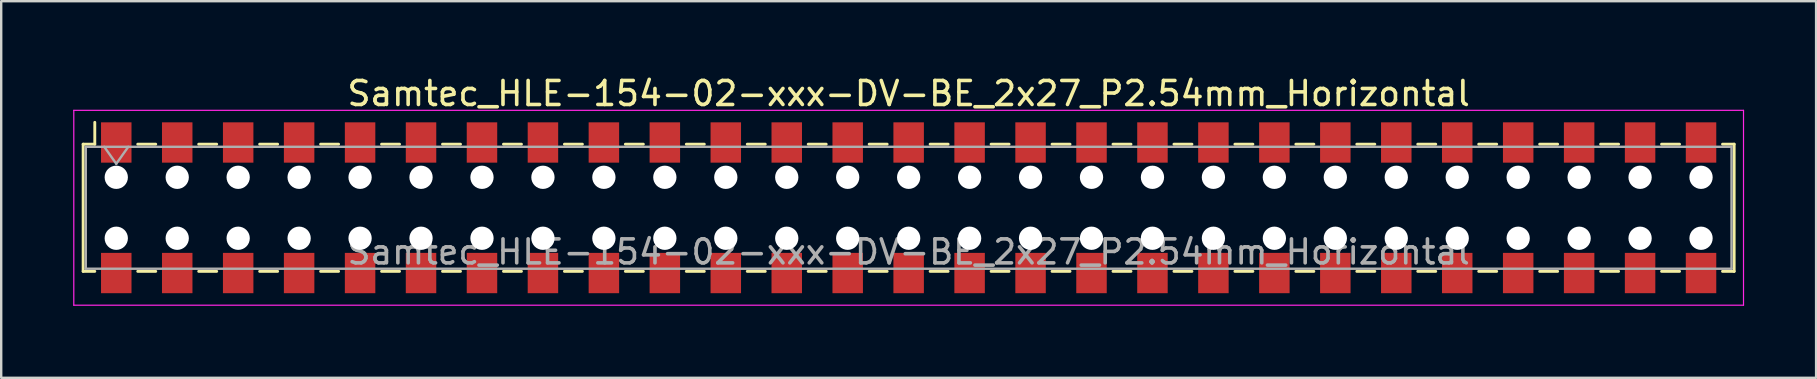
<source format=kicad_pcb>
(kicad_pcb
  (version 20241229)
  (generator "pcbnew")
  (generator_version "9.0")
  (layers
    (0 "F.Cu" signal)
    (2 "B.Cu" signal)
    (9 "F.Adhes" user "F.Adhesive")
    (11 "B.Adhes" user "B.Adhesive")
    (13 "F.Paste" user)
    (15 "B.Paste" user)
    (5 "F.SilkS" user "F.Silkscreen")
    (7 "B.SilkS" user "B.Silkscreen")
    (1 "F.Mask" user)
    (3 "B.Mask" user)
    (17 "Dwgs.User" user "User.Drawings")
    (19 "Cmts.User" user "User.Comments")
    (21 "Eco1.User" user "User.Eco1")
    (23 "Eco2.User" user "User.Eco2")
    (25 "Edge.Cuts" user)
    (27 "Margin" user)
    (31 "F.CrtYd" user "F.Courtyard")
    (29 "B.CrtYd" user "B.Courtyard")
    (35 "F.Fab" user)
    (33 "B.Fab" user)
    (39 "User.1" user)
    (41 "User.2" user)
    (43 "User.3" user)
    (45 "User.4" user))
  (footprint "Samtec_HLE-154-02-xxx-DV-BE_2x27_P2.54mm_Horizontal"
    (layer "F.Cu")
    (at 34.815 5.608)
    (property "Reference" "Samtec_HLE-154-02-xxx-DV-BE_2x27_P2.54mm_Horizontal" (at 0 -4.76 0) (layer "F.SilkS") (effects (font (size 1 1) (thickness 0.15))))
    (attr smd)
    (fp_line (start -34.4 -2.65) (end -34.4 2.65) (stroke (width 0.12) (type solid)) (layer "F.SilkS"))
    (fp_line (start -34.4 2.65) (end -33.915 2.65) (stroke (width 0.12) (type solid)) (layer "F.SilkS"))
    (fp_line (start -33.915 -3.56) (end -33.915 -2.65) (stroke (width 0.12) (type solid)) (layer "F.SilkS"))
    (fp_line (start -33.915 -2.65) (end -34.4 -2.65) (stroke (width 0.12) (type solid)) (layer "F.SilkS"))
    (fp_line (start -32.125 -2.65) (end -31.375 -2.65) (stroke (width 0.12) (type solid)) (layer "F.SilkS"))
    (fp_line (start -32.125 2.65) (end -31.375 2.65) (stroke (width 0.12) (type solid)) (layer "F.SilkS"))
    (fp_line (start -29.585 -2.65) (end -28.835 -2.65) (stroke (width 0.12) (type solid)) (layer "F.SilkS"))
    (fp_line (start -29.585 2.65) (end -28.835 2.65) (stroke (width 0.12) (type solid)) (layer "F.SilkS"))
    (fp_line (start -27.045 -2.65) (end -26.295 -2.65) (stroke (width 0.12) (type solid)) (layer "F.SilkS"))
    (fp_line (start -27.045 2.65) (end -26.295 2.65) (stroke (width 0.12) (type solid)) (layer "F.SilkS"))
    (fp_line (start -24.505 -2.65) (end -23.755 -2.65) (stroke (width 0.12) (type solid)) (layer "F.SilkS"))
    (fp_line (start -24.505 2.65) (end -23.755 2.65) (stroke (width 0.12) (type solid)) (layer "F.SilkS"))
    (fp_line (start -21.965 -2.65) (end -21.215 -2.65) (stroke (width 0.12) (type solid)) (layer "F.SilkS"))
    (fp_line (start -21.965 2.65) (end -21.215 2.65) (stroke (width 0.12) (type solid)) (layer "F.SilkS"))
    (fp_line (start -19.425 -2.65) (end -18.675 -2.65) (stroke (width 0.12) (type solid)) (layer "F.SilkS"))
    (fp_line (start -19.425 2.65) (end -18.675 2.65) (stroke (width 0.12) (type solid)) (layer "F.SilkS"))
    (fp_line (start -16.885 -2.65) (end -16.135 -2.65) (stroke (width 0.12) (type solid)) (layer "F.SilkS"))
    (fp_line (start -16.885 2.65) (end -16.135 2.65) (stroke (width 0.12) (type solid)) (layer "F.SilkS"))
    (fp_line (start -14.345 -2.65) (end -13.595 -2.65) (stroke (width 0.12) (type solid)) (layer "F.SilkS"))
    (fp_line (start -14.345 2.65) (end -13.595 2.65) (stroke (width 0.12) (type solid)) (layer "F.SilkS"))
    (fp_line (start -11.805 -2.65) (end -11.055 -2.65) (stroke (width 0.12) (type solid)) (layer "F.SilkS"))
    (fp_line (start -11.805 2.65) (end -11.055 2.65) (stroke (width 0.12) (type solid)) (layer "F.SilkS"))
    (fp_line (start -9.265 -2.65) (end -8.515 -2.65) (stroke (width 0.12) (type solid)) (layer "F.SilkS"))
    (fp_line (start -9.265 2.65) (end -8.515 2.65) (stroke (width 0.12) (type solid)) (layer "F.SilkS"))
    (fp_line (start -6.725 -2.65) (end -5.975 -2.65) (stroke (width 0.12) (type solid)) (layer "F.SilkS"))
    (fp_line (start -6.725 2.65) (end -5.975 2.65) (stroke (width 0.12) (type solid)) (layer "F.SilkS"))
    (fp_line (start -4.185 -2.65) (end -3.435 -2.65) (stroke (width 0.12) (type solid)) (layer "F.SilkS"))
    (fp_line (start -4.185 2.65) (end -3.435 2.65) (stroke (width 0.12) (type solid)) (layer "F.SilkS"))
    (fp_line (start -1.645 -2.65) (end -0.895 -2.65) (stroke (width 0.12) (type solid)) (layer "F.SilkS"))
    (fp_line (start -1.645 2.65) (end -0.895 2.65) (stroke (width 0.12) (type solid)) (layer "F.SilkS"))
    (fp_line (start 0.895 -2.65) (end 1.645 -2.65) (stroke (width 0.12) (type solid)) (layer "F.SilkS"))
    (fp_line (start 0.895 2.65) (end 1.645 2.65) (stroke (width 0.12) (type solid)) (layer "F.SilkS"))
    (fp_line (start 3.435 -2.65) (end 4.185 -2.65) (stroke (width 0.12) (type solid)) (layer "F.SilkS"))
    (fp_line (start 3.435 2.65) (end 4.185 2.65) (stroke (width 0.12) (type solid)) (layer "F.SilkS"))
    (fp_line (start 5.975 -2.65) (end 6.725 -2.65) (stroke (width 0.12) (type solid)) (layer "F.SilkS"))
    (fp_line (start 5.975 2.65) (end 6.725 2.65) (stroke (width 0.12) (type solid)) (layer "F.SilkS"))
    (fp_line (start 8.515 -2.65) (end 9.265 -2.65) (stroke (width 0.12) (type solid)) (layer "F.SilkS"))
    (fp_line (start 8.515 2.65) (end 9.265 2.65) (stroke (width 0.12) (type solid)) (layer "F.SilkS"))
    (fp_line (start 11.055 -2.65) (end 11.805 -2.65) (stroke (width 0.12) (type solid)) (layer "F.SilkS"))
    (fp_line (start 11.055 2.65) (end 11.805 2.65) (stroke (width 0.12) (type solid)) (layer "F.SilkS"))
    (fp_line (start 13.595 -2.65) (end 14.345 -2.65) (stroke (width 0.12) (type solid)) (layer "F.SilkS"))
    (fp_line (start 13.595 2.65) (end 14.345 2.65) (stroke (width 0.12) (type solid)) (layer "F.SilkS"))
    (fp_line (start 16.135 -2.65) (end 16.885 -2.65) (stroke (width 0.12) (type solid)) (layer "F.SilkS"))
    (fp_line (start 16.135 2.65) (end 16.885 2.65) (stroke (width 0.12) (type solid)) (layer "F.SilkS"))
    (fp_line (start 18.675 -2.65) (end 19.425 -2.65) (stroke (width 0.12) (type solid)) (layer "F.SilkS"))
    (fp_line (start 18.675 2.65) (end 19.425 2.65) (stroke (width 0.12) (type solid)) (layer "F.SilkS"))
    (fp_line (start 21.215 -2.65) (end 21.965 -2.65) (stroke (width 0.12) (type solid)) (layer "F.SilkS"))
    (fp_line (start 21.215 2.65) (end 21.965 2.65) (stroke (width 0.12) (type solid)) (layer "F.SilkS"))
    (fp_line (start 23.755 -2.65) (end 24.505 -2.65) (stroke (width 0.12) (type solid)) (layer "F.SilkS"))
    (fp_line (start 23.755 2.65) (end 24.505 2.65) (stroke (width 0.12) (type solid)) (layer "F.SilkS"))
    (fp_line (start 26.295 -2.65) (end 27.045 -2.65) (stroke (width 0.12) (type solid)) (layer "F.SilkS"))
    (fp_line (start 26.295 2.65) (end 27.045 2.65) (stroke (width 0.12) (type solid)) (layer "F.SilkS"))
    (fp_line (start 28.835 -2.65) (end 29.585 -2.65) (stroke (width 0.12) (type solid)) (layer "F.SilkS"))
    (fp_line (start 28.835 2.65) (end 29.585 2.65) (stroke (width 0.12) (type solid)) (layer "F.SilkS"))
    (fp_line (start 31.375 -2.65) (end 32.125 -2.65) (stroke (width 0.12) (type solid)) (layer "F.SilkS"))
    (fp_line (start 31.375 2.65) (end 32.125 2.65) (stroke (width 0.12) (type solid)) (layer "F.SilkS"))
    (fp_line (start 33.915 -2.65) (end 34.4 -2.65) (stroke (width 0.12) (type solid)) (layer "F.SilkS"))
    (fp_line (start 34.4 -2.65) (end 34.4 2.65) (stroke (width 0.12) (type solid)) (layer "F.SilkS"))
    (fp_line (start 34.4 2.65) (end 33.915 2.65) (stroke (width 0.12) (type solid)) (layer "F.SilkS"))
    (fp_line (start -34.79 -4.06) (end 34.79 -4.06) (stroke (width 0.05) (type solid)) (layer "F.CrtYd"))
    (fp_line (start -34.79 4.06) (end -34.79 -4.06) (stroke (width 0.05) (type solid)) (layer "F.CrtYd"))
    (fp_line (start 34.79 -4.06) (end 34.79 4.06) (stroke (width 0.05) (type solid)) (layer "F.CrtYd"))
    (fp_line (start 34.79 4.06) (end -34.79 4.06) (stroke (width 0.05) (type solid)) (layer "F.CrtYd"))
    (fp_line (start -34.29 -2.54) (end 34.29 -2.54) (stroke (width 0.1) (type solid)) (layer "F.Fab"))
    (fp_line (start -34.29 2.54) (end -34.29 -2.54) (stroke (width 0.1) (type solid)) (layer "F.Fab"))
    (fp_line (start -33.52 -2.54) (end -33.02 -1.833) (stroke (width 0.1) (type solid)) (layer "F.Fab"))
    (fp_line (start -33.02 -1.833) (end -32.52 -2.54) (stroke (width 0.1) (type solid)) (layer "F.Fab"))
    (fp_line (start 34.29 -2.54) (end 34.29 2.54) (stroke (width 0.1) (type solid)) (layer "F.Fab"))
    (fp_line (start 34.29 2.54) (end -34.29 2.54) (stroke (width 0.1) (type solid)) (layer "F.Fab"))
    (fp_text user "${REFERENCE}" (at 0 1.84 0) (layer "F.Fab") (effects (font (size 1 1) (thickness 0.15))))
    (pad "" np_thru_hole circle (at -33.02 -1.27) (size 0.97 0.97) (drill 0.97) (layers "*.Cu" "*.Mask"))
    (pad "" np_thru_hole circle (at -33.02 1.27) (size 0.97 0.97) (drill 0.97) (layers "*.Cu" "*.Mask"))
    (pad "" np_thru_hole circle (at -30.48 -1.27) (size 0.97 0.97) (drill 0.97) (layers "*.Cu" "*.Mask"))
    (pad "" np_thru_hole circle (at -30.48 1.27) (size 0.97 0.97) (drill 0.97) (layers "*.Cu" "*.Mask"))
    (pad "" np_thru_hole circle (at -27.94 -1.27) (size 0.97 0.97) (drill 0.97) (layers "*.Cu" "*.Mask"))
    (pad "" np_thru_hole circle (at -27.94 1.27) (size 0.97 0.97) (drill 0.97) (layers "*.Cu" "*.Mask"))
    (pad "" np_thru_hole circle (at -25.4 -1.27) (size 0.97 0.97) (drill 0.97) (layers "*.Cu" "*.Mask"))
    (pad "" np_thru_hole circle (at -25.4 1.27) (size 0.97 0.97) (drill 0.97) (layers "*.Cu" "*.Mask"))
    (pad "" np_thru_hole circle (at -22.86 -1.27) (size 0.97 0.97) (drill 0.97) (layers "*.Cu" "*.Mask"))
    (pad "" np_thru_hole circle (at -22.86 1.27) (size 0.97 0.97) (drill 0.97) (layers "*.Cu" "*.Mask"))
    (pad "" np_thru_hole circle (at -20.32 -1.27) (size 0.97 0.97) (drill 0.97) (layers "*.Cu" "*.Mask"))
    (pad "" np_thru_hole circle (at -20.32 1.27) (size 0.97 0.97) (drill 0.97) (layers "*.Cu" "*.Mask"))
    (pad "" np_thru_hole circle (at -17.78 -1.27) (size 0.97 0.97) (drill 0.97) (layers "*.Cu" "*.Mask"))
    (pad "" np_thru_hole circle (at -17.78 1.27) (size 0.97 0.97) (drill 0.97) (layers "*.Cu" "*.Mask"))
    (pad "" np_thru_hole circle (at -15.24 -1.27) (size 0.97 0.97) (drill 0.97) (layers "*.Cu" "*.Mask"))
    (pad "" np_thru_hole circle (at -15.24 1.27) (size 0.97 0.97) (drill 0.97) (layers "*.Cu" "*.Mask"))
    (pad "" np_thru_hole circle (at -12.7 -1.27) (size 0.97 0.97) (drill 0.97) (layers "*.Cu" "*.Mask"))
    (pad "" np_thru_hole circle (at -12.7 1.27) (size 0.97 0.97) (drill 0.97) (layers "*.Cu" "*.Mask"))
    (pad "" np_thru_hole circle (at -10.16 -1.27) (size 0.97 0.97) (drill 0.97) (layers "*.Cu" "*.Mask"))
    (pad "" np_thru_hole circle (at -10.16 1.27) (size 0.97 0.97) (drill 0.97) (layers "*.Cu" "*.Mask"))
    (pad "" np_thru_hole circle (at -7.62 -1.27) (size 0.97 0.97) (drill 0.97) (layers "*.Cu" "*.Mask"))
    (pad "" np_thru_hole circle (at -7.62 1.27) (size 0.97 0.97) (drill 0.97) (layers "*.Cu" "*.Mask"))
    (pad "" np_thru_hole circle (at -5.08 -1.27) (size 0.97 0.97) (drill 0.97) (layers "*.Cu" "*.Mask"))
    (pad "" np_thru_hole circle (at -5.08 1.27) (size 0.97 0.97) (drill 0.97) (layers "*.Cu" "*.Mask"))
    (pad "" np_thru_hole circle (at -2.54 -1.27) (size 0.97 0.97) (drill 0.97) (layers "*.Cu" "*.Mask"))
    (pad "" np_thru_hole circle (at -2.54 1.27) (size 0.97 0.97) (drill 0.97) (layers "*.Cu" "*.Mask"))
    (pad "" np_thru_hole circle (at 0 -1.27) (size 0.97 0.97) (drill 0.97) (layers "*.Cu" "*.Mask"))
    (pad "" np_thru_hole circle (at 0 1.27) (size 0.97 0.97) (drill 0.97) (layers "*.Cu" "*.Mask"))
    (pad "" np_thru_hole circle (at 2.54 -1.27) (size 0.97 0.97) (drill 0.97) (layers "*.Cu" "*.Mask"))
    (pad "" np_thru_hole circle (at 2.54 1.27) (size 0.97 0.97) (drill 0.97) (layers "*.Cu" "*.Mask"))
    (pad "" np_thru_hole circle (at 5.08 -1.27) (size 0.97 0.97) (drill 0.97) (layers "*.Cu" "*.Mask"))
    (pad "" np_thru_hole circle (at 5.08 1.27) (size 0.97 0.97) (drill 0.97) (layers "*.Cu" "*.Mask"))
    (pad "" np_thru_hole circle (at 7.62 -1.27) (size 0.97 0.97) (drill 0.97) (layers "*.Cu" "*.Mask"))
    (pad "" np_thru_hole circle (at 7.62 1.27) (size 0.97 0.97) (drill 0.97) (layers "*.Cu" "*.Mask"))
    (pad "" np_thru_hole circle (at 10.16 -1.27) (size 0.97 0.97) (drill 0.97) (layers "*.Cu" "*.Mask"))
    (pad "" np_thru_hole circle (at 10.16 1.27) (size 0.97 0.97) (drill 0.97) (layers "*.Cu" "*.Mask"))
    (pad "" np_thru_hole circle (at 12.7 -1.27) (size 0.97 0.97) (drill 0.97) (layers "*.Cu" "*.Mask"))
    (pad "" np_thru_hole circle (at 12.7 1.27) (size 0.97 0.97) (drill 0.97) (layers "*.Cu" "*.Mask"))
    (pad "" np_thru_hole circle (at 15.24 -1.27) (size 0.97 0.97) (drill 0.97) (layers "*.Cu" "*.Mask"))
    (pad "" np_thru_hole circle (at 15.24 1.27) (size 0.97 0.97) (drill 0.97) (layers "*.Cu" "*.Mask"))
    (pad "" np_thru_hole circle (at 17.78 -1.27) (size 0.97 0.97) (drill 0.97) (layers "*.Cu" "*.Mask"))
    (pad "" np_thru_hole circle (at 17.78 1.27) (size 0.97 0.97) (drill 0.97) (layers "*.Cu" "*.Mask"))
    (pad "" np_thru_hole circle (at 20.32 -1.27) (size 0.97 0.97) (drill 0.97) (layers "*.Cu" "*.Mask"))
    (pad "" np_thru_hole circle (at 20.32 1.27) (size 0.97 0.97) (drill 0.97) (layers "*.Cu" "*.Mask"))
    (pad "" np_thru_hole circle (at 22.86 -1.27) (size 0.97 0.97) (drill 0.97) (layers "*.Cu" "*.Mask"))
    (pad "" np_thru_hole circle (at 22.86 1.27) (size 0.97 0.97) (drill 0.97) (layers "*.Cu" "*.Mask"))
    (pad "" np_thru_hole circle (at 25.4 -1.27) (size 0.97 0.97) (drill 0.97) (layers "*.Cu" "*.Mask"))
    (pad "" np_thru_hole circle (at 25.4 1.27) (size 0.97 0.97) (drill 0.97) (layers "*.Cu" "*.Mask"))
    (pad "" np_thru_hole circle (at 27.94 -1.27) (size 0.97 0.97) (drill 0.97) (layers "*.Cu" "*.Mask"))
    (pad "" np_thru_hole circle (at 27.94 1.27) (size 0.97 0.97) (drill 0.97) (layers "*.Cu" "*.Mask"))
    (pad "" np_thru_hole circle (at 30.48 -1.27) (size 0.97 0.97) (drill 0.97) (layers "*.Cu" "*.Mask"))
    (pad "" np_thru_hole circle (at 30.48 1.27) (size 0.97 0.97) (drill 0.97) (layers "*.Cu" "*.Mask"))
    (pad "" np_thru_hole circle (at 33.02 -1.27) (size 0.97 0.97) (drill 0.97) (layers "*.Cu" "*.Mask"))
    (pad "" np_thru_hole circle (at 33.02 1.27) (size 0.97 0.97) (drill 0.97) (layers "*.Cu" "*.Mask"))
    (pad "1" smd rect (at -33.02 -2.72) (size 1.27 1.68) (layers "F.Cu" "F.Mask" "F.Paste"))
    (pad "2" smd rect (at -33.02 2.72) (size 1.27 1.68) (layers "F.Cu" "F.Mask" "F.Paste"))
    (pad "3" smd rect (at -30.48 -2.72) (size 1.27 1.68) (layers "F.Cu" "F.Mask" "F.Paste"))
    (pad "4" smd rect (at -30.48 2.72) (size 1.27 1.68) (layers "F.Cu" "F.Mask" "F.Paste"))
    (pad "5" smd rect (at -27.94 -2.72) (size 1.27 1.68) (layers "F.Cu" "F.Mask" "F.Paste"))
    (pad "6" smd rect (at -27.94 2.72) (size 1.27 1.68) (layers "F.Cu" "F.Mask" "F.Paste"))
    (pad "7" smd rect (at -25.4 -2.72) (size 1.27 1.68) (layers "F.Cu" "F.Mask" "F.Paste"))
    (pad "8" smd rect (at -25.4 2.72) (size 1.27 1.68) (layers "F.Cu" "F.Mask" "F.Paste"))
    (pad "9" smd rect (at -22.86 -2.72) (size 1.27 1.68) (layers "F.Cu" "F.Mask" "F.Paste"))
    (pad "10" smd rect (at -22.86 2.72) (size 1.27 1.68) (layers "F.Cu" "F.Mask" "F.Paste"))
    (pad "11" smd rect (at -20.32 -2.72) (size 1.27 1.68) (layers "F.Cu" "F.Mask" "F.Paste"))
    (pad "12" smd rect (at -20.32 2.72) (size 1.27 1.68) (layers "F.Cu" "F.Mask" "F.Paste"))
    (pad "13" smd rect (at -17.78 -2.72) (size 1.27 1.68) (layers "F.Cu" "F.Mask" "F.Paste"))
    (pad "14" smd rect (at -17.78 2.72) (size 1.27 1.68) (layers "F.Cu" "F.Mask" "F.Paste"))
    (pad "15" smd rect (at -15.24 -2.72) (size 1.27 1.68) (layers "F.Cu" "F.Mask" "F.Paste"))
    (pad "16" smd rect (at -15.24 2.72) (size 1.27 1.68) (layers "F.Cu" "F.Mask" "F.Paste"))
    (pad "17" smd rect (at -12.7 -2.72) (size 1.27 1.68) (layers "F.Cu" "F.Mask" "F.Paste"))
    (pad "18" smd rect (at -12.7 2.72) (size 1.27 1.68) (layers "F.Cu" "F.Mask" "F.Paste"))
    (pad "19" smd rect (at -10.16 -2.72) (size 1.27 1.68) (layers "F.Cu" "F.Mask" "F.Paste"))
    (pad "20" smd rect (at -10.16 2.72) (size 1.27 1.68) (layers "F.Cu" "F.Mask" "F.Paste"))
    (pad "21" smd rect (at -7.62 -2.72) (size 1.27 1.68) (layers "F.Cu" "F.Mask" "F.Paste"))
    (pad "22" smd rect (at -7.62 2.72) (size 1.27 1.68) (layers "F.Cu" "F.Mask" "F.Paste"))
    (pad "23" smd rect (at -5.08 -2.72) (size 1.27 1.68) (layers "F.Cu" "F.Mask" "F.Paste"))
    (pad "24" smd rect (at -5.08 2.72) (size 1.27 1.68) (layers "F.Cu" "F.Mask" "F.Paste"))
    (pad "25" smd rect (at -2.54 -2.72) (size 1.27 1.68) (layers "F.Cu" "F.Mask" "F.Paste"))
    (pad "26" smd rect (at -2.54 2.72) (size 1.27 1.68) (layers "F.Cu" "F.Mask" "F.Paste"))
    (pad "27" smd rect (at 0 -2.72) (size 1.27 1.68) (layers "F.Cu" "F.Mask" "F.Paste"))
    (pad "28" smd rect (at 0 2.72) (size 1.27 1.68) (layers "F.Cu" "F.Mask" "F.Paste"))
    (pad "29" smd rect (at 2.54 -2.72) (size 1.27 1.68) (layers "F.Cu" "F.Mask" "F.Paste"))
    (pad "30" smd rect (at 2.54 2.72) (size 1.27 1.68) (layers "F.Cu" "F.Mask" "F.Paste"))
    (pad "31" smd rect (at 5.08 -2.72) (size 1.27 1.68) (layers "F.Cu" "F.Mask" "F.Paste"))
    (pad "32" smd rect (at 5.08 2.72) (size 1.27 1.68) (layers "F.Cu" "F.Mask" "F.Paste"))
    (pad "33" smd rect (at 7.62 -2.72) (size 1.27 1.68) (layers "F.Cu" "F.Mask" "F.Paste"))
    (pad "34" smd rect (at 7.62 2.72) (size 1.27 1.68) (layers "F.Cu" "F.Mask" "F.Paste"))
    (pad "35" smd rect (at 10.16 -2.72) (size 1.27 1.68) (layers "F.Cu" "F.Mask" "F.Paste"))
    (pad "36" smd rect (at 10.16 2.72) (size 1.27 1.68) (layers "F.Cu" "F.Mask" "F.Paste"))
    (pad "37" smd rect (at 12.7 -2.72) (size 1.27 1.68) (layers "F.Cu" "F.Mask" "F.Paste"))
    (pad "38" smd rect (at 12.7 2.72) (size 1.27 1.68) (layers "F.Cu" "F.Mask" "F.Paste"))
    (pad "39" smd rect (at 15.24 -2.72) (size 1.27 1.68) (layers "F.Cu" "F.Mask" "F.Paste"))
    (pad "40" smd rect (at 15.24 2.72) (size 1.27 1.68) (layers "F.Cu" "F.Mask" "F.Paste"))
    (pad "41" smd rect (at 17.78 -2.72) (size 1.27 1.68) (layers "F.Cu" "F.Mask" "F.Paste"))
    (pad "42" smd rect (at 17.78 2.72) (size 1.27 1.68) (layers "F.Cu" "F.Mask" "F.Paste"))
    (pad "43" smd rect (at 20.32 -2.72) (size 1.27 1.68) (layers "F.Cu" "F.Mask" "F.Paste"))
    (pad "44" smd rect (at 20.32 2.72) (size 1.27 1.68) (layers "F.Cu" "F.Mask" "F.Paste"))
    (pad "45" smd rect (at 22.86 -2.72) (size 1.27 1.68) (layers "F.Cu" "F.Mask" "F.Paste"))
    (pad "46" smd rect (at 22.86 2.72) (size 1.27 1.68) (layers "F.Cu" "F.Mask" "F.Paste"))
    (pad "47" smd rect (at 25.4 -2.72) (size 1.27 1.68) (layers "F.Cu" "F.Mask" "F.Paste"))
    (pad "48" smd rect (at 25.4 2.72) (size 1.27 1.68) (layers "F.Cu" "F.Mask" "F.Paste"))
    (pad "49" smd rect (at 27.94 -2.72) (size 1.27 1.68) (layers "F.Cu" "F.Mask" "F.Paste"))
    (pad "50" smd rect (at 27.94 2.72) (size 1.27 1.68) (layers "F.Cu" "F.Mask" "F.Paste"))
    (pad "51" smd rect (at 30.48 -2.72) (size 1.27 1.68) (layers "F.Cu" "F.Mask" "F.Paste"))
    (pad "52" smd rect (at 30.48 2.72) (size 1.27 1.68) (layers "F.Cu" "F.Mask" "F.Paste"))
    (pad "53" smd rect (at 33.02 -2.72) (size 1.27 1.68) (layers "F.Cu" "F.Mask" "F.Paste"))
    (pad "54" smd rect (at 33.02 2.72) (size 1.27 1.68) (layers "F.Cu" "F.Mask" "F.Paste")))
  (gr_rect
    (start -3 -3)
    (end 72.63 12.693)
    (stroke (width 0.1) (type default))
    (fill no)
    (layer "Edge.Cuts")))
</source>
